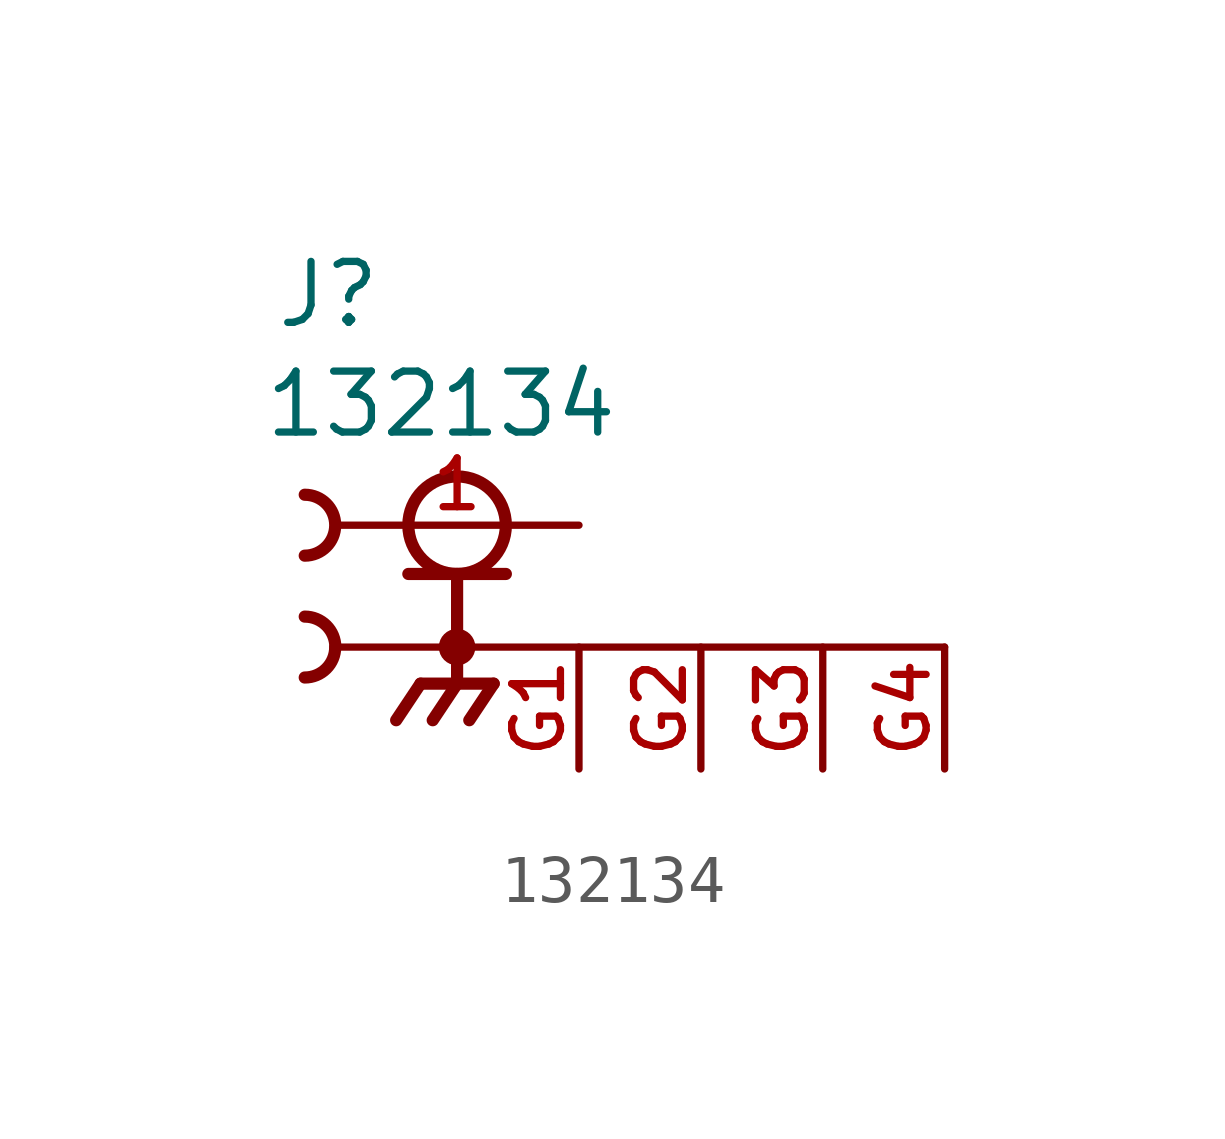
<source format=kicad_sym>
(kicad_symbol_lib
  (version 20241209)
  (generator "kicad_symbol_editor")
  (generator_version "9.0")
  (symbol "132134"
    (pin_names
      (offset 1.016))
    (property "Reference" "J"
      (at -3.81 4.064 0)
      (effects (font (size 1.27 1.27)) (justify left bottom)))
    (property "Value" "132134"
      (at -4.064 1.778 0)
      (effects (font (size 1.27 1.27)) (justify left bottom)))
    (symbol "132134_0_0"
      (arc (start -3.175 0.635) (mid -2.5427 0) (end -3.175 -0.635) (stroke (width 0.254) (type default)) (fill (type none)))
      (arc (start -3.175 -1.905) (mid -2.726 -2.091) (end -2.54 -2.54) (stroke (width 0.254) (type default)) (fill (type none)))
      (arc (start -2.54 -2.54) (mid -2.726 -2.989) (end -3.175 -3.175) (stroke (width 0.254) (type default)) (fill (type none)))
      (polyline (pts (xy -2.54 -2.54) (xy 10.16 -2.54)) (stroke (width 0.152) (type default)) (fill (type none)))
      (polyline (pts (xy -1.016 -1.016) (xy 1.016 -1.016)) (stroke (width 0.254) (type default)) (fill (type none)))
      (polyline (pts (xy -0.762 -3.302) (xy -1.27 -4.064)) (stroke (width 0.254) (type default)) (fill (type none)))
      (circle (center 0 0) (radius 1.016) (stroke (width 0.254) (type default)) (fill (type none)))
      (polyline (pts (xy 0 -1.016) (xy 0 -3.302)) (stroke (width 0.254) (type default)) (fill (type none)))
      (circle (center 0 -2.54) (radius 0.254) (stroke (width 0.254) (type default)) (fill (type none)))
      (polyline (pts (xy 0 -3.302) (xy -0.508 -4.064)) (stroke (width 0.254) (type default)) (fill (type none)))
      (polyline (pts (xy 0.762 -3.302) (xy -0.762 -3.302)) (stroke (width 0.254) (type default)) (fill (type none)))
      (polyline (pts (xy 0.762 -3.302) (xy 0.254 -4.064)) (stroke (width 0.254) (type default)) (fill (type none)))
      (pin passive line (at 2.54 0 180) (length 5.08) (name "~" (effects (font (size 1.016 1.016)))) (number "1" (effects (font (size 1.016 1.016)))))
      (pin power_in line (at 2.54 -5.08 90) (length 2.54) (name "~" (effects (font (size 1.016 1.016)))) (number "G1" (effects (font (size 1.016 1.016)))))
      (pin power_in line (at 5.08 -5.08 90) (length 2.54) (name "~" (effects (font (size 1.016 1.016)))) (number "G2" (effects (font (size 1.016 1.016)))))
      (pin power_in line (at 7.62 -5.08 90) (length 2.54) (name "~" (effects (font (size 1.016 1.016)))) (number "G3" (effects (font (size 1.016 1.016)))))
      (pin power_in line (at 10.16 -5.08 90) (length 2.54) (name "~" (effects (font (size 1.016 1.016)))) (number "G4" (effects (font (size 1.016 1.016))))))))
</source>
